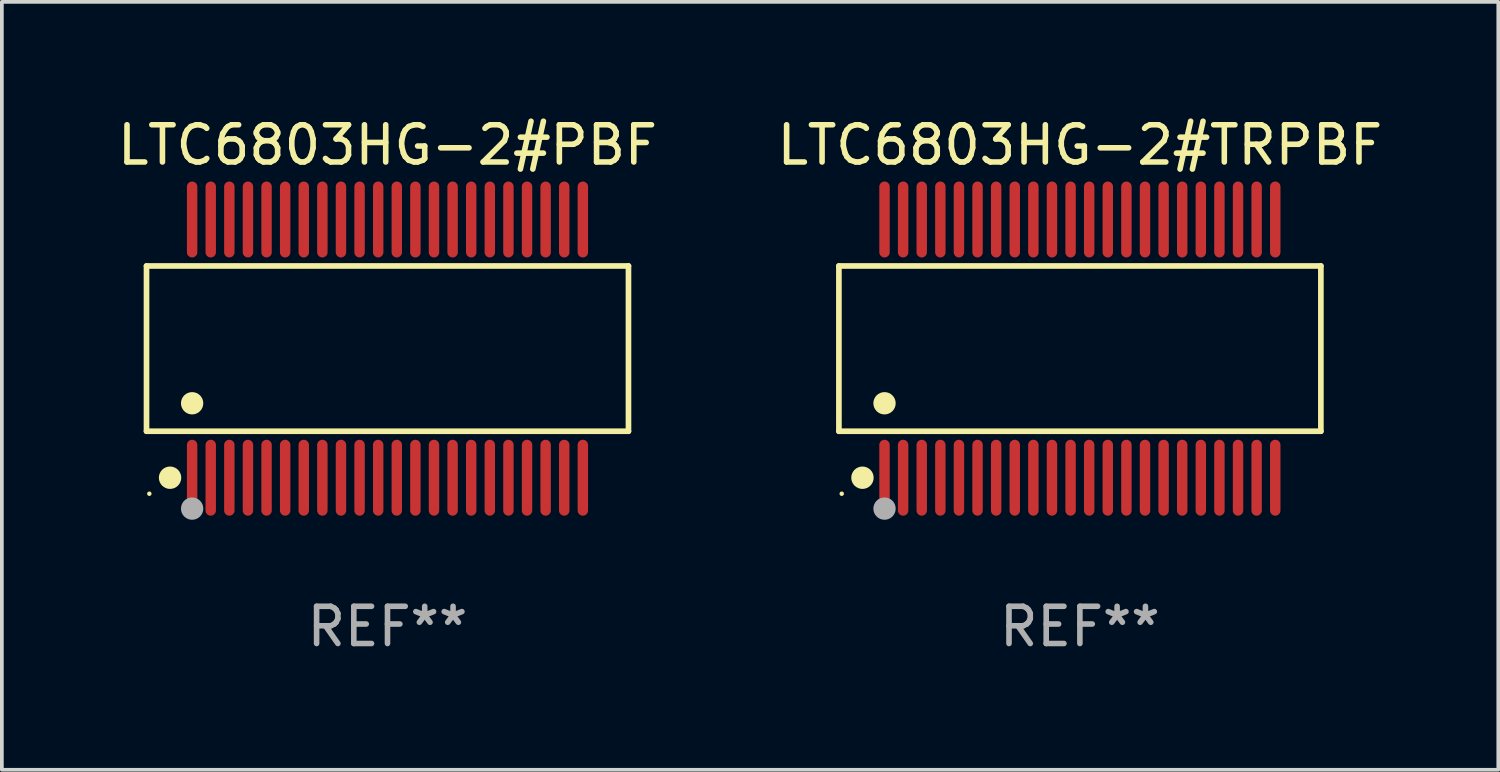
<source format=kicad_pcb>
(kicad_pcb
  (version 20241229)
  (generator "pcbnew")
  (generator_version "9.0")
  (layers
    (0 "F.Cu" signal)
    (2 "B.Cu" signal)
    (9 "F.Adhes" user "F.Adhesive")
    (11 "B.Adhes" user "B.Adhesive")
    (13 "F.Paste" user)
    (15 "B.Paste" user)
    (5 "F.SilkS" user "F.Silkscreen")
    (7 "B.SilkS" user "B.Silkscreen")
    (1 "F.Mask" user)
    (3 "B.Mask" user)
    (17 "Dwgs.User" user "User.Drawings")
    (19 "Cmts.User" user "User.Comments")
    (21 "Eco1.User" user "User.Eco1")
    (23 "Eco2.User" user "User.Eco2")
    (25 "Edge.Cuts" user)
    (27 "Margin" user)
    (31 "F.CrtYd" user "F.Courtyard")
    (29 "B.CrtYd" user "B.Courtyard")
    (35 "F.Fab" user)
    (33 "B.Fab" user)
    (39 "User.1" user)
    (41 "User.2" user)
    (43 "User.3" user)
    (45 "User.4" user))
  (footprint "LTC6803HG-2#PBF"
    (layer "F.Cu")
    (at 7.363 6.318)
    (property "Reference" "LTC6803HG-2#PBF" (at 0 -5.47 0) (layer "F.SilkS") (effects (font (size 1 1) (thickness 0.15))))
    (attr through_hole)
    (fp_line (start -6.476 -2.221) (end 6.476 -2.221) (stroke (width 0.152) (type solid)) (layer "F.SilkS"))
    (fp_line (start -6.476 2.221) (end -6.476 -2.221) (stroke (width 0.152) (type solid)) (layer "F.SilkS"))
    (fp_line (start 6.476 -2.221) (end 6.476 2.221) (stroke (width 0.152) (type solid)) (layer "F.SilkS"))
    (fp_line (start 6.476 2.221) (end -6.476 2.221) (stroke (width 0.152) (type solid)) (layer "F.SilkS"))
    (fp_circle (center -6.4 3.9) (end -6.37 3.9) (stroke (width 0.06) (type solid)) (fill no) (layer "F.SilkS"))
    (fp_circle (center -5.843 3.47) (end -5.692 3.47) (stroke (width 0.3) (type solid)) (fill no) (layer "F.SilkS"))
    (fp_circle (center -5.25 1.469) (end -5.1 1.469) (stroke (width 0.3) (type solid)) (fill no) (layer "F.SilkS"))
    (fp_circle (center -5.25 4.3) (end -5.1 4.3) (stroke (width 0.3) (type solid)) (fill no) (layer "F.Fab"))
    (fp_text user "REF**" (at 0 7.47 0) (layer "F.Fab") (effects (font (size 1 1) (thickness 0.15))))
    (pad "1" smd oval (at -5.25 3.47) (size 0.28 2.04) (layers "F.Cu" "F.Mask" "F.Paste"))
    (pad "2" smd oval (at -4.75 3.47) (size 0.28 2.04) (layers "F.Cu" "F.Mask" "F.Paste"))
    (pad "3" smd oval (at -4.25 3.47) (size 0.28 2.04) (layers "F.Cu" "F.Mask" "F.Paste"))
    (pad "4" smd oval (at -3.75 3.47) (size 0.28 2.04) (layers "F.Cu" "F.Mask" "F.Paste"))
    (pad "5" smd oval (at -3.25 3.47) (size 0.28 2.04) (layers "F.Cu" "F.Mask" "F.Paste"))
    (pad "6" smd oval (at -2.75 3.47) (size 0.28 2.04) (layers "F.Cu" "F.Mask" "F.Paste"))
    (pad "7" smd oval (at -2.25 3.47) (size 0.28 2.04) (layers "F.Cu" "F.Mask" "F.Paste"))
    (pad "8" smd oval (at -1.75 3.47) (size 0.28 2.04) (layers "F.Cu" "F.Mask" "F.Paste"))
    (pad "9" smd oval (at -1.25 3.47) (size 0.28 2.04) (layers "F.Cu" "F.Mask" "F.Paste"))
    (pad "10" smd oval (at -0.75 3.47) (size 0.28 2.04) (layers "F.Cu" "F.Mask" "F.Paste"))
    (pad "11" smd oval (at -0.25 3.47) (size 0.28 2.04) (layers "F.Cu" "F.Mask" "F.Paste"))
    (pad "12" smd oval (at 0.25 3.47) (size 0.28 2.04) (layers "F.Cu" "F.Mask" "F.Paste"))
    (pad "13" smd oval (at 0.75 3.47) (size 0.28 2.04) (layers "F.Cu" "F.Mask" "F.Paste"))
    (pad "14" smd oval (at 1.25 3.47) (size 0.28 2.04) (layers "F.Cu" "F.Mask" "F.Paste"))
    (pad "15" smd oval (at 1.75 3.47) (size 0.28 2.04) (layers "F.Cu" "F.Mask" "F.Paste"))
    (pad "16" smd oval (at 2.25 3.47) (size 0.28 2.04) (layers "F.Cu" "F.Mask" "F.Paste"))
    (pad "17" smd oval (at 2.75 3.47) (size 0.28 2.04) (layers "F.Cu" "F.Mask" "F.Paste"))
    (pad "18" smd oval (at 3.25 3.47) (size 0.28 2.04) (layers "F.Cu" "F.Mask" "F.Paste"))
    (pad "19" smd oval (at 3.75 3.47) (size 0.28 2.04) (layers "F.Cu" "F.Mask" "F.Paste"))
    (pad "20" smd oval (at 4.25 3.47) (size 0.28 2.04) (layers "F.Cu" "F.Mask" "F.Paste"))
    (pad "21" smd oval (at 4.75 3.47) (size 0.28 2.04) (layers "F.Cu" "F.Mask" "F.Paste"))
    (pad "22" smd oval (at 5.25 3.47) (size 0.28 2.04) (layers "F.Cu" "F.Mask" "F.Paste"))
    (pad "23" smd oval (at 5.25 -3.47) (size 0.28 2.04) (layers "F.Cu" "F.Mask" "F.Paste"))
    (pad "24" smd oval (at 4.75 -3.47) (size 0.28 2.04) (layers "F.Cu" "F.Mask" "F.Paste"))
    (pad "25" smd oval (at 4.25 -3.47) (size 0.28 2.04) (layers "F.Cu" "F.Mask" "F.Paste"))
    (pad "26" smd oval (at 3.75 -3.47) (size 0.28 2.04) (layers "F.Cu" "F.Mask" "F.Paste"))
    (pad "27" smd oval (at 3.25 -3.47) (size 0.28 2.04) (layers "F.Cu" "F.Mask" "F.Paste"))
    (pad "28" smd oval (at 2.75 -3.47) (size 0.28 2.04) (layers "F.Cu" "F.Mask" "F.Paste"))
    (pad "29" smd oval (at 2.25 -3.47) (size 0.28 2.04) (layers "F.Cu" "F.Mask" "F.Paste"))
    (pad "30" smd oval (at 1.75 -3.47) (size 0.28 2.04) (layers "F.Cu" "F.Mask" "F.Paste"))
    (pad "31" smd oval (at 1.25 -3.47) (size 0.28 2.04) (layers "F.Cu" "F.Mask" "F.Paste"))
    (pad "32" smd oval (at 0.75 -3.47) (size 0.28 2.04) (layers "F.Cu" "F.Mask" "F.Paste"))
    (pad "33" smd oval (at 0.25 -3.47) (size 0.28 2.04) (layers "F.Cu" "F.Mask" "F.Paste"))
    (pad "34" smd oval (at -0.25 -3.47) (size 0.28 2.04) (layers "F.Cu" "F.Mask" "F.Paste"))
    (pad "35" smd oval (at -0.75 -3.47) (size 0.28 2.04) (layers "F.Cu" "F.Mask" "F.Paste"))
    (pad "36" smd oval (at -1.25 -3.47) (size 0.28 2.04) (layers "F.Cu" "F.Mask" "F.Paste"))
    (pad "37" smd oval (at -1.75 -3.47) (size 0.28 2.04) (layers "F.Cu" "F.Mask" "F.Paste"))
    (pad "38" smd oval (at -2.25 -3.47) (size 0.28 2.04) (layers "F.Cu" "F.Mask" "F.Paste"))
    (pad "39" smd oval (at -2.75 -3.47) (size 0.28 2.04) (layers "F.Cu" "F.Mask" "F.Paste"))
    (pad "40" smd oval (at -3.25 -3.47) (size 0.28 2.04) (layers "F.Cu" "F.Mask" "F.Paste"))
    (pad "41" smd oval (at -3.75 -3.47) (size 0.28 2.04) (layers "F.Cu" "F.Mask" "F.Paste"))
    (pad "42" smd oval (at -4.25 -3.47) (size 0.28 2.04) (layers "F.Cu" "F.Mask" "F.Paste"))
    (pad "43" smd oval (at -4.75 -3.47) (size 0.28 2.04) (layers "F.Cu" "F.Mask" "F.Paste"))
    (pad "44" smd oval (at -5.25 -3.47) (size 0.28 2.04) (layers "F.Cu" "F.Mask" "F.Paste")))
  (footprint "LTC6803HG-2#TRPBF"
    (layer "F.Cu")
    (at 25.97 6.318)
    (property "Reference" "LTC6803HG-2#TRPBF" (at 0 -5.47 0) (layer "F.SilkS") (effects (font (size 1 1) (thickness 0.15))))
    (attr through_hole)
    (fp_line (start -6.476 -2.221) (end 6.476 -2.221) (stroke (width 0.152) (type solid)) (layer "F.SilkS"))
    (fp_line (start -6.476 2.221) (end -6.476 -2.221) (stroke (width 0.152) (type solid)) (layer "F.SilkS"))
    (fp_line (start 6.476 -2.221) (end 6.476 2.221) (stroke (width 0.152) (type solid)) (layer "F.SilkS"))
    (fp_line (start 6.476 2.221) (end -6.476 2.221) (stroke (width 0.152) (type solid)) (layer "F.SilkS"))
    (fp_circle (center -6.4 3.9) (end -6.37 3.9) (stroke (width 0.06) (type solid)) (fill no) (layer "F.SilkS"))
    (fp_circle (center -5.843 3.47) (end -5.692 3.47) (stroke (width 0.3) (type solid)) (fill no) (layer "F.SilkS"))
    (fp_circle (center -5.25 1.469) (end -5.1 1.469) (stroke (width 0.3) (type solid)) (fill no) (layer "F.SilkS"))
    (fp_circle (center -5.25 4.3) (end -5.1 4.3) (stroke (width 0.3) (type solid)) (fill no) (layer "F.Fab"))
    (fp_text user "REF**" (at 0 7.47 0) (layer "F.Fab") (effects (font (size 1 1) (thickness 0.15))))
    (pad "1" smd oval (at -5.25 3.47) (size 0.28 2.04) (layers "F.Cu" "F.Mask" "F.Paste"))
    (pad "2" smd oval (at -4.75 3.47) (size 0.28 2.04) (layers "F.Cu" "F.Mask" "F.Paste"))
    (pad "3" smd oval (at -4.25 3.47) (size 0.28 2.04) (layers "F.Cu" "F.Mask" "F.Paste"))
    (pad "4" smd oval (at -3.75 3.47) (size 0.28 2.04) (layers "F.Cu" "F.Mask" "F.Paste"))
    (pad "5" smd oval (at -3.25 3.47) (size 0.28 2.04) (layers "F.Cu" "F.Mask" "F.Paste"))
    (pad "6" smd oval (at -2.75 3.47) (size 0.28 2.04) (layers "F.Cu" "F.Mask" "F.Paste"))
    (pad "7" smd oval (at -2.25 3.47) (size 0.28 2.04) (layers "F.Cu" "F.Mask" "F.Paste"))
    (pad "8" smd oval (at -1.75 3.47) (size 0.28 2.04) (layers "F.Cu" "F.Mask" "F.Paste"))
    (pad "9" smd oval (at -1.25 3.47) (size 0.28 2.04) (layers "F.Cu" "F.Mask" "F.Paste"))
    (pad "10" smd oval (at -0.75 3.47) (size 0.28 2.04) (layers "F.Cu" "F.Mask" "F.Paste"))
    (pad "11" smd oval (at -0.25 3.47) (size 0.28 2.04) (layers "F.Cu" "F.Mask" "F.Paste"))
    (pad "12" smd oval (at 0.25 3.47) (size 0.28 2.04) (layers "F.Cu" "F.Mask" "F.Paste"))
    (pad "13" smd oval (at 0.75 3.47) (size 0.28 2.04) (layers "F.Cu" "F.Mask" "F.Paste"))
    (pad "14" smd oval (at 1.25 3.47) (size 0.28 2.04) (layers "F.Cu" "F.Mask" "F.Paste"))
    (pad "15" smd oval (at 1.75 3.47) (size 0.28 2.04) (layers "F.Cu" "F.Mask" "F.Paste"))
    (pad "16" smd oval (at 2.25 3.47) (size 0.28 2.04) (layers "F.Cu" "F.Mask" "F.Paste"))
    (pad "17" smd oval (at 2.75 3.47) (size 0.28 2.04) (layers "F.Cu" "F.Mask" "F.Paste"))
    (pad "18" smd oval (at 3.25 3.47) (size 0.28 2.04) (layers "F.Cu" "F.Mask" "F.Paste"))
    (pad "19" smd oval (at 3.75 3.47) (size 0.28 2.04) (layers "F.Cu" "F.Mask" "F.Paste"))
    (pad "20" smd oval (at 4.25 3.47) (size 0.28 2.04) (layers "F.Cu" "F.Mask" "F.Paste"))
    (pad "21" smd oval (at 4.75 3.47) (size 0.28 2.04) (layers "F.Cu" "F.Mask" "F.Paste"))
    (pad "22" smd oval (at 5.25 3.47) (size 0.28 2.04) (layers "F.Cu" "F.Mask" "F.Paste"))
    (pad "23" smd oval (at 5.25 -3.47) (size 0.28 2.04) (layers "F.Cu" "F.Mask" "F.Paste"))
    (pad "24" smd oval (at 4.75 -3.47) (size 0.28 2.04) (layers "F.Cu" "F.Mask" "F.Paste"))
    (pad "25" smd oval (at 4.25 -3.47) (size 0.28 2.04) (layers "F.Cu" "F.Mask" "F.Paste"))
    (pad "26" smd oval (at 3.75 -3.47) (size 0.28 2.04) (layers "F.Cu" "F.Mask" "F.Paste"))
    (pad "27" smd oval (at 3.25 -3.47) (size 0.28 2.04) (layers "F.Cu" "F.Mask" "F.Paste"))
    (pad "28" smd oval (at 2.75 -3.47) (size 0.28 2.04) (layers "F.Cu" "F.Mask" "F.Paste"))
    (pad "29" smd oval (at 2.25 -3.47) (size 0.28 2.04) (layers "F.Cu" "F.Mask" "F.Paste"))
    (pad "30" smd oval (at 1.75 -3.47) (size 0.28 2.04) (layers "F.Cu" "F.Mask" "F.Paste"))
    (pad "31" smd oval (at 1.25 -3.47) (size 0.28 2.04) (layers "F.Cu" "F.Mask" "F.Paste"))
    (pad "32" smd oval (at 0.75 -3.47) (size 0.28 2.04) (layers "F.Cu" "F.Mask" "F.Paste"))
    (pad "33" smd oval (at 0.25 -3.47) (size 0.28 2.04) (layers "F.Cu" "F.Mask" "F.Paste"))
    (pad "34" smd oval (at -0.25 -3.47) (size 0.28 2.04) (layers "F.Cu" "F.Mask" "F.Paste"))
    (pad "35" smd oval (at -0.75 -3.47) (size 0.28 2.04) (layers "F.Cu" "F.Mask" "F.Paste"))
    (pad "36" smd oval (at -1.25 -3.47) (size 0.28 2.04) (layers "F.Cu" "F.Mask" "F.Paste"))
    (pad "37" smd oval (at -1.75 -3.47) (size 0.28 2.04) (layers "F.Cu" "F.Mask" "F.Paste"))
    (pad "38" smd oval (at -2.25 -3.47) (size 0.28 2.04) (layers "F.Cu" "F.Mask" "F.Paste"))
    (pad "39" smd oval (at -2.75 -3.47) (size 0.28 2.04) (layers "F.Cu" "F.Mask" "F.Paste"))
    (pad "40" smd oval (at -3.25 -3.47) (size 0.28 2.04) (layers "F.Cu" "F.Mask" "F.Paste"))
    (pad "41" smd oval (at -3.75 -3.47) (size 0.28 2.04) (layers "F.Cu" "F.Mask" "F.Paste"))
    (pad "42" smd oval (at -4.25 -3.47) (size 0.28 2.04) (layers "F.Cu" "F.Mask" "F.Paste"))
    (pad "43" smd oval (at -4.75 -3.47) (size 0.28 2.04) (layers "F.Cu" "F.Mask" "F.Paste"))
    (pad "44" smd oval (at -5.25 -3.47) (size 0.28 2.04) (layers "F.Cu" "F.Mask" "F.Paste")))
  (gr_rect
    (start -3 -3)
    (end 37.214 17.636)
    (stroke (width 0.1) (type default))
    (fill no)
    (layer "Edge.Cuts")))
</source>
